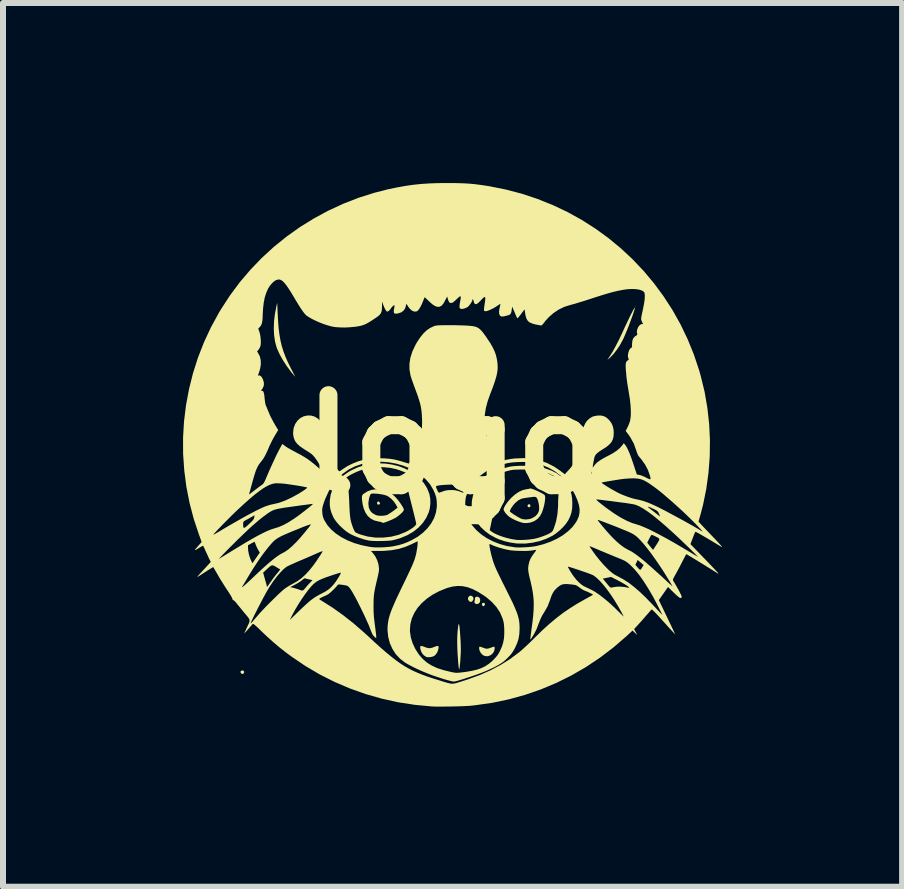
<source format=kicad_pcb>
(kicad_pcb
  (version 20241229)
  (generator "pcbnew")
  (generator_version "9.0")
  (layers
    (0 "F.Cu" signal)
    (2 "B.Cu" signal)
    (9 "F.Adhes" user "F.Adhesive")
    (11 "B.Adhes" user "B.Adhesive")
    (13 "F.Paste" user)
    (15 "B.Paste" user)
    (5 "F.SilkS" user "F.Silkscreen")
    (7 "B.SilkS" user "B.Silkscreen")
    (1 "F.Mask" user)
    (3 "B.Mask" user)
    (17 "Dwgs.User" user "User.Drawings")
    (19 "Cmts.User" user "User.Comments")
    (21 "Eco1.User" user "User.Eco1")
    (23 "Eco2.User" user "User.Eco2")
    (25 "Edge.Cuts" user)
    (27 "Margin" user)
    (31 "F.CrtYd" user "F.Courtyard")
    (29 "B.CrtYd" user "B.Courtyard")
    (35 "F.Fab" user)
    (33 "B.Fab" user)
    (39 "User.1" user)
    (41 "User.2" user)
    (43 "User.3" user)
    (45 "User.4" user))
  (footprint "logo"
    (layer "F.Cu")
    (at 4.494 4.356)
    (property "Reference" "logo" (at 0 0 0) (layer "F.SilkS") (effects (font (size 1.5 1.5) (thickness 0.3))))
    (attr board_only exclude_from_pos_files exclude_from_bom)
    (fp_poly (pts (xy 3.045 -2.297) (xy 3.041 -2.293) (xy 3.036 -2.297) (xy 3.041 -2.302)) (stroke (width 0) (type solid)) (fill yes) (layer "F.SilkS"))
    (fp_poly (pts (xy 1.29 1.003) (xy 1.294 1.021) (xy 1.289 1.039) (xy 1.274 1.046) (xy 1.255 1.043) (xy 1.248 1.035) (xy 1.246 1.013) (xy 1.257 0.998) (xy 1.274 0.996)) (stroke (width 0) (type solid)) (fill yes) (layer "F.SilkS"))
    (fp_poly (pts (xy -1.224 0.957) (xy -1.214 0.974) (xy -1.214 0.989) (xy -1.227 1) (xy -1.244 1.002) (xy -1.258 0.993) (xy -1.26 0.99) (xy -1.261 0.969) (xy -1.253 0.954) (xy -1.242 0.949)) (stroke (width 0) (type solid)) (fill yes) (layer "F.SilkS"))
    (fp_poly (pts (xy -3.486 3.769) (xy -3.478 3.781) (xy -3.476 3.787) (xy -3.48 3.809) (xy -3.494 3.822) (xy -3.513 3.822) (xy -3.528 3.811) (xy -3.538 3.791) (xy -3.531 3.774) (xy -3.511 3.766) (xy -3.506 3.766)) (stroke (width 0) (type solid)) (fill yes) (layer "F.SilkS"))
    (fp_poly (pts (xy 0.53 2.644) (xy 0.536 2.654) (xy 0.533 2.672) (xy 0.523 2.689) (xy 0.511 2.696) (xy 0.5 2.69) (xy 0.493 2.683) (xy 0.484 2.663) (xy 0.49 2.646) (xy 0.508 2.638) (xy 0.511 2.638)) (stroke (width 0) (type solid)) (fill yes) (layer "F.SilkS"))
    (fp_poly (pts (xy 0.307 2.52) (xy 0.332 2.534) (xy 0.345 2.556) (xy 0.343 2.583) (xy 0.327 2.61) (xy 0.326 2.611) (xy 0.305 2.623) (xy 0.283 2.618) (xy 0.269 2.606) (xy 0.253 2.581) (xy 0.255 2.554) (xy 0.267 2.534) (xy 0.285 2.52) (xy 0.305 2.52)) (stroke (width 0) (type solid)) (fill yes) (layer "F.SilkS"))
    (fp_poly (pts (xy 0.419 2.538) (xy 0.44 2.549) (xy 0.44 2.549) (xy 0.454 2.572) (xy 0.457 2.601) (xy 0.451 2.628) (xy 0.437 2.646) (xy 0.409 2.659) (xy 0.383 2.655) (xy 0.372 2.648) (xy 0.362 2.636) (xy 0.361 2.619) (xy 0.364 2.606) (xy 0.369 2.579) (xy 0.371 2.558) (xy 0.371 2.557) (xy 0.379 2.543) (xy 0.397 2.536)) (stroke (width 0) (type solid)) (fill yes) (layer "F.SilkS"))
    (fp_poly (pts (xy 0.695 3.373) (xy 0.698 3.386) (xy 0.699 3.397) (xy 0.69 3.44) (xy 0.668 3.478) (xy 0.635 3.508) (xy 0.595 3.525) (xy 0.569 3.529) (xy 0.524 3.521) (xy 0.502 3.509) (xy 0.47 3.478) (xy 0.448 3.44) (xy 0.439 3.399) (xy 0.439 3.397) (xy 0.44 3.379) (xy 0.445 3.37) (xy 0.458 3.37) (xy 0.483 3.378) (xy 0.502 3.385) (xy 0.532 3.396) (xy 0.558 3.402) (xy 0.569 3.403) (xy 0.589 3.4) (xy 0.618 3.392) (xy 0.636 3.385) (xy 0.668 3.374) (xy 0.686 3.369)) (stroke (width 0) (type solid)) (fill yes) (layer "F.SilkS"))
    (fp_poly (pts (xy -0.495 3.364) (xy -0.476 3.371) (xy -0.442 3.384) (xy -0.41 3.392) (xy -0.39 3.394) (xy -0.364 3.391) (xy -0.331 3.382) (xy -0.303 3.371) (xy -0.269 3.359) (xy -0.247 3.356) (xy -0.237 3.366) (xy -0.236 3.387) (xy -0.239 3.403) (xy -0.253 3.452) (xy -0.278 3.493) (xy -0.306 3.521) (xy -0.333 3.533) (xy -0.368 3.542) (xy -0.405 3.545) (xy -0.434 3.542) (xy -0.439 3.541) (xy -0.481 3.514) (xy -0.515 3.474) (xy -0.536 3.423) (xy -0.54 3.403) (xy -0.543 3.375) (xy -0.538 3.36) (xy -0.523 3.356)) (stroke (width 0) (type solid)) (fill yes) (layer "F.SilkS"))
    (fp_poly (pts (xy 0.107 3.004) (xy 0.111 3.028) (xy 0.117 3.084) (xy 0.122 3.151) (xy 0.127 3.223) (xy 0.131 3.294) (xy 0.133 3.358) (xy 0.134 3.41) (xy 0.134 3.453) (xy 0.131 3.503) (xy 0.128 3.557) (xy 0.125 3.61) (xy 0.12 3.66) (xy 0.116 3.702) (xy 0.111 3.733) (xy 0.108 3.747) (xy 0.105 3.745) (xy 0.101 3.728) (xy 0.097 3.698) (xy 0.093 3.658) (xy 0.091 3.64) (xy 0.082 3.514) (xy 0.076 3.396) (xy 0.074 3.289) (xy 0.075 3.195) (xy 0.08 3.118) (xy 0.086 3.06) (xy 0.091 3.02) (xy 0.097 2.997) (xy 0.102 2.991)) (stroke (width 0) (type solid)) (fill yes) (layer "F.SilkS"))
    (fp_poly (pts (xy -2.918 -2.194) (xy -2.911 -2.06) (xy -2.902 -1.94) (xy -2.888 -1.832) (xy -2.871 -1.733) (xy -2.849 -1.64) (xy -2.821 -1.55) (xy -2.787 -1.46) (xy -2.746 -1.368) (xy -2.7 -1.274) (xy -2.676 -1.228) (xy -2.656 -1.188) (xy -2.64 -1.156) (xy -2.63 -1.136) (xy -2.627 -1.128) (xy -2.633 -1.135) (xy -2.648 -1.153) (xy -2.669 -1.179) (xy -2.688 -1.202) (xy -2.763 -1.302) (xy -2.829 -1.403) (xy -2.884 -1.501) (xy -2.926 -1.594) (xy -2.938 -1.627) (xy -2.962 -1.718) (xy -2.977 -1.821) (xy -2.982 -1.933) (xy -2.978 -2.051) (xy -2.964 -2.171) (xy -2.941 -2.291) (xy -2.941 -2.294) (xy -2.925 -2.36)) (stroke (width 0) (type solid)) (fill yes) (layer "F.SilkS"))
    (fp_poly (pts (xy 3.033 -2.27) (xy 3.027 -2.245) (xy 3.015 -2.208) (xy 3 -2.162) (xy 2.981 -2.108) (xy 2.959 -2.05) (xy 2.937 -1.99) (xy 2.913 -1.929) (xy 2.889 -1.871) (xy 2.867 -1.818) (xy 2.847 -1.772) (xy 2.832 -1.742) (xy 2.787 -1.659) (xy 2.735 -1.581) (xy 2.681 -1.511) (xy 2.626 -1.453) (xy 2.607 -1.436) (xy 2.576 -1.411) (xy 2.612 -1.464) (xy 2.662 -1.543) (xy 2.714 -1.638) (xy 2.771 -1.749) (xy 2.829 -1.872) (xy 2.863 -1.947) (xy 2.897 -2.018) (xy 2.928 -2.084) (xy 2.957 -2.144) (xy 2.983 -2.195) (xy 3.004 -2.235) (xy 3.02 -2.264) (xy 3.03 -2.279) (xy 3.033 -2.281)) (stroke (width 0) (type solid)) (fill yes) (layer "F.SilkS"))
    (fp_poly (pts (xy -1.202 0.747) (xy -1.13 0.762) (xy -1.063 0.792) (xy -0.998 0.837) (xy -0.966 0.866) (xy -0.938 0.896) (xy -0.907 0.933) (xy -0.878 0.972) (xy -0.852 1.011) (xy -0.831 1.045) (xy -0.818 1.073) (xy -0.815 1.086) (xy -0.823 1.109) (xy -0.848 1.138) (xy -0.853 1.143) (xy -0.894 1.179) (xy -0.931 1.207) (xy -0.971 1.231) (xy -1.017 1.253) (xy -1.053 1.268) (xy -1.102 1.288) (xy -1.136 1.3) (xy -1.158 1.306) (xy -1.17 1.306) (xy -1.173 1.301) (xy -1.173 1.301) (xy -1.181 1.296) (xy -1.203 1.29) (xy -1.233 1.284) (xy -1.235 1.284) (xy -1.307 1.266) (xy -1.367 1.235) (xy -1.416 1.192) (xy -1.455 1.135) (xy -1.485 1.063) (xy -1.5 1.005) (xy -1.502 0.992) (xy -1.406 0.992) (xy -1.399 1.052) (xy -1.377 1.102) (xy -1.341 1.142) (xy -1.289 1.172) (xy -1.275 1.178) (xy -1.24 1.186) (xy -1.197 1.188) (xy -1.151 1.186) (xy -1.11 1.179) (xy -1.086 1.17) (xy -1.061 1.155) (xy -1.026 1.132) (xy -0.989 1.106) (xy -0.954 1.079) (xy -0.942 1.07) (xy -0.92 1.051) (xy -0.945 1.005) (xy -0.979 0.954) (xy -1.021 0.908) (xy -1.068 0.871) (xy -1.097 0.854) (xy -1.127 0.844) (xy -1.166 0.834) (xy -1.21 0.827) (xy -1.256 0.821) (xy -1.298 0.818) (xy -1.333 0.817) (xy -1.357 0.821) (xy -1.365 0.824) (xy -1.378 0.846) (xy -1.39 0.88) (xy -1.399 0.922) (xy -1.405 0.966) (xy -1.406 0.992) (xy -1.502 0.992) (xy -1.507 0.964) (xy -1.512 0.922) (xy -1.514 0.891) (xy -1.513 0.862) (xy -1.507 0.844) (xy -1.495 0.83) (xy -1.485 0.821) (xy -1.423 0.782) (xy -1.361 0.758) (xy -1.29 0.747) (xy -1.282 0.746)) (stroke (width 0) (type solid)) (fill yes) (layer "F.SilkS"))
    (fp_poly (pts (xy 1.299 0.733) (xy 1.324 0.74) (xy 1.357 0.752) (xy 1.394 0.768) (xy 1.434 0.786) (xy 1.471 0.805) (xy 1.502 0.822) (xy 1.525 0.837) (xy 1.533 0.845) (xy 1.539 0.87) (xy 1.539 0.908) (xy 1.533 0.955) (xy 1.523 1.009) (xy 1.508 1.067) (xy 1.489 1.123) (xy 1.487 1.129) (xy 1.455 1.191) (xy 1.411 1.241) (xy 1.356 1.278) (xy 1.292 1.301) (xy 1.222 1.31) (xy 1.177 1.307) (xy 1.14 1.298) (xy 1.093 1.282) (xy 1.042 1.261) (xy 0.993 1.237) (xy 0.952 1.212) (xy 0.94 1.204) (xy 0.905 1.173) (xy 0.874 1.137) (xy 0.86 1.114) (xy 0.951 1.114) (xy 0.952 1.117) (xy 0.965 1.129) (xy 0.989 1.147) (xy 1.021 1.169) (xy 1.057 1.191) (xy 1.093 1.212) (xy 1.125 1.229) (xy 1.149 1.24) (xy 1.153 1.242) (xy 1.215 1.25) (xy 1.281 1.242) (xy 1.325 1.226) (xy 1.374 1.197) (xy 1.412 1.157) (xy 1.433 1.115) (xy 1.439 1.082) (xy 1.439 1.041) (xy 1.434 0.997) (xy 1.425 0.954) (xy 1.413 0.916) (xy 1.399 0.889) (xy 1.387 0.877) (xy 1.367 0.872) (xy 1.334 0.873) (xy 1.309 0.877) (xy 1.269 0.882) (xy 1.227 0.888) (xy 1.201 0.891) (xy 1.146 0.903) (xy 1.096 0.928) (xy 1.048 0.967) (xy 1.035 0.98) (xy 1.01 1.008) (xy 0.987 1.04) (xy 0.968 1.07) (xy 0.956 1.096) (xy 0.951 1.114) (xy 0.86 1.114) (xy 0.853 1.102) (xy 0.847 1.088) (xy 0.849 1.067) (xy 0.862 1.037) (xy 0.884 1) (xy 0.914 0.958) (xy 0.949 0.916) (xy 0.976 0.887) (xy 1.037 0.833) (xy 1.1 0.79) (xy 1.163 0.761) (xy 1.223 0.746) (xy 1.229 0.745) (xy 1.258 0.741) (xy 1.28 0.736) (xy 1.287 0.733)) (stroke (width 0) (type solid)) (fill yes) (layer "F.SilkS"))
    (fp_poly (pts (xy -1.124 0.318) (xy -1.013 0.334) (xy -0.906 0.36) (xy -0.804 0.398) (xy -0.709 0.446) (xy -0.622 0.503) (xy -0.545 0.57) (xy -0.48 0.645) (xy -0.428 0.729) (xy -0.391 0.821) (xy -0.389 0.828) (xy -0.375 0.903) (xy -0.373 0.984) (xy -0.383 1.066) (xy -0.4 1.129) (xy -0.442 1.222) (xy -0.499 1.307) (xy -0.57 1.384) (xy -0.656 1.452) (xy -0.754 1.51) (xy -0.864 1.556) (xy -0.945 1.581) (xy -0.983 1.591) (xy -1.017 1.598) (xy -1.052 1.602) (xy -1.093 1.605) (xy -1.144 1.607) (xy -1.187 1.608) (xy -1.264 1.609) (xy -1.327 1.607) (xy -1.377 1.603) (xy -1.407 1.599) (xy -1.479 1.581) (xy -1.557 1.556) (xy -1.635 1.526) (xy -1.704 1.493) (xy -1.718 1.485) (xy -1.774 1.449) (xy -1.83 1.402) (xy -1.885 1.35) (xy -1.934 1.295) (xy -1.973 1.242) (xy -1.991 1.209) (xy -2.021 1.14) (xy -2.04 1.076) (xy -2.049 1.011) (xy -2.049 0.938) (xy -2.049 0.936) (xy -2.035 0.839) (xy -2.005 0.748) (xy -1.959 0.663) (xy -1.896 0.584) (xy -1.88 0.569) (xy -1.794 0.569) (xy -1.771 0.636) (xy -1.758 0.676) (xy -1.748 0.716) (xy -1.74 0.757) (xy -1.734 0.805) (xy -1.73 0.862) (xy -1.726 0.931) (xy -1.724 0.994) (xy -1.721 1.054) (xy -1.718 1.113) (xy -1.714 1.168) (xy -1.709 1.212) (xy -1.705 1.24) (xy -1.695 1.286) (xy -1.681 1.333) (xy -1.665 1.379) (xy -1.649 1.419) (xy -1.634 1.448) (xy -1.623 1.462) (xy -1.607 1.472) (xy -1.58 1.484) (xy -1.547 1.497) (xy -1.545 1.498) (xy -1.42 1.533) (xy -1.291 1.551) (xy -1.157 1.551) (xy -1.025 1.536) (xy -0.902 1.505) (xy -0.786 1.458) (xy -0.753 1.441) (xy -0.7 1.41) (xy -0.657 1.381) (xy -0.627 1.354) (xy -0.611 1.332) (xy -0.609 1.323) (xy -0.611 1.31) (xy -0.617 1.282) (xy -0.627 1.241) (xy -0.639 1.189) (xy -0.654 1.129) (xy -0.671 1.062) (xy -0.682 1.017) (xy -0.702 0.938) (xy -0.718 0.874) (xy -0.731 0.823) (xy -0.74 0.78) (xy -0.747 0.746) (xy -0.752 0.715) (xy -0.755 0.687) (xy -0.757 0.658) (xy -0.758 0.626) (xy -0.759 0.603) (xy -0.763 0.476) (xy -0.832 0.45) (xy -0.872 0.434) (xy -0.914 0.42) (xy -0.948 0.409) (xy -0.949 0.409) (xy -1.044 0.389) (xy -1.148 0.379) (xy -1.256 0.378) (xy -1.362 0.387) (xy -1.46 0.406) (xy -1.464 0.407) (xy -1.516 0.423) (xy -1.573 0.444) (xy -1.63 0.469) (xy -1.684 0.495) (xy -1.73 0.52) (xy -1.763 0.543) (xy -1.763 0.544) (xy -1.794 0.569) (xy -1.88 0.569) (xy -1.817 0.513) (xy -1.723 0.449) (xy -1.681 0.426) (xy -1.575 0.378) (xy -1.464 0.344) (xy -1.351 0.323) (xy -1.238 0.314)) (stroke (width 0) (type solid)) (fill yes) (layer "F.SilkS"))
    (fp_poly (pts (xy 1.274 0.357) (xy 1.343 0.362) (xy 1.404 0.369) (xy 1.419 0.371) (xy 1.538 0.398) (xy 1.641 0.434) (xy 1.731 0.48) (xy 1.806 0.536) (xy 1.869 0.602) (xy 1.919 0.679) (xy 1.934 0.708) (xy 1.961 0.774) (xy 1.979 0.838) (xy 1.989 0.907) (xy 1.992 0.985) (xy 1.989 1.064) (xy 1.978 1.132) (xy 1.957 1.196) (xy 1.926 1.26) (xy 1.919 1.272) (xy 1.884 1.323) (xy 1.837 1.377) (xy 1.783 1.43) (xy 1.726 1.477) (xy 1.671 1.515) (xy 1.67 1.516) (xy 1.565 1.568) (xy 1.451 1.609) (xy 1.33 1.636) (xy 1.206 1.651) (xy 1.083 1.65) (xy 1.048 1.647) (xy 0.956 1.633) (xy 0.861 1.611) (xy 0.772 1.581) (xy 0.721 1.559) (xy 0.621 1.505) (xy 0.535 1.441) (xy 0.52 1.427) (xy 0.616 1.427) (xy 0.637 1.445) (xy 0.683 1.475) (xy 0.743 1.504) (xy 0.813 1.531) (xy 0.891 1.555) (xy 0.972 1.575) (xy 1.053 1.588) (xy 1.057 1.589) (xy 1.093 1.591) (xy 1.142 1.591) (xy 1.197 1.589) (xy 1.254 1.585) (xy 1.307 1.579) (xy 1.35 1.573) (xy 1.356 1.572) (xy 1.421 1.556) (xy 1.488 1.534) (xy 1.552 1.51) (xy 1.606 1.485) (xy 1.617 1.478) (xy 1.642 1.463) (xy 1.659 1.447) (xy 1.672 1.426) (xy 1.685 1.393) (xy 1.686 1.391) (xy 1.722 1.278) (xy 1.744 1.157) (xy 1.755 1.025) (xy 1.755 0.979) (xy 1.757 0.914) (xy 1.761 0.845) (xy 1.768 0.778) (xy 1.777 0.717) (xy 1.786 0.668) (xy 1.789 0.66) (xy 1.803 0.607) (xy 1.774 0.584) (xy 1.691 0.527) (xy 1.594 0.481) (xy 1.487 0.447) (xy 1.402 0.429) (xy 1.364 0.424) (xy 1.313 0.421) (xy 1.252 0.418) (xy 1.185 0.417) (xy 1.164 0.417) (xy 1.103 0.418) (xy 1.056 0.419) (xy 1.019 0.421) (xy 0.988 0.424) (xy 0.959 0.43) (xy 0.928 0.437) (xy 0.914 0.441) (xy 0.863 0.455) (xy 0.827 0.465) (xy 0.803 0.474) (xy 0.79 0.484) (xy 0.784 0.496) (xy 0.783 0.513) (xy 0.785 0.536) (xy 0.785 0.544) (xy 0.787 0.602) (xy 0.783 0.669) (xy 0.773 0.745) (xy 0.756 0.832) (xy 0.733 0.932) (xy 0.717 0.994) (xy 0.7 1.06) (xy 0.682 1.129) (xy 0.666 1.195) (xy 0.652 1.254) (xy 0.642 1.302) (xy 0.64 1.312) (xy 0.616 1.427) (xy 0.52 1.427) (xy 0.461 1.37) (xy 0.402 1.293) (xy 0.358 1.21) (xy 0.329 1.123) (xy 0.315 1.033) (xy 0.318 0.941) (xy 0.337 0.849) (xy 0.366 0.775) (xy 0.417 0.688) (xy 0.483 0.609) (xy 0.563 0.539) (xy 0.657 0.478) (xy 0.763 0.427) (xy 0.882 0.387) (xy 0.948 0.37) (xy 0.996 0.363) (xy 1.056 0.358) (xy 1.126 0.355) (xy 1.2 0.355)) (stroke (width 0) (type solid)) (fill yes) (layer "F.SilkS"))
    (fp_poly (pts (xy 0.009 -4.356) (xy 0.106 -4.354) (xy 0.194 -4.351) (xy 0.275 -4.346) (xy 0.354 -4.339) (xy 0.434 -4.329) (xy 0.519 -4.317) (xy 0.609 -4.303) (xy 0.884 -4.248) (xy 1.152 -4.178) (xy 1.413 -4.091) (xy 1.667 -3.989) (xy 1.912 -3.873) (xy 2.149 -3.742) (xy 2.376 -3.597) (xy 2.594 -3.439) (xy 2.801 -3.268) (xy 2.997 -3.085) (xy 3.182 -2.89) (xy 3.354 -2.684) (xy 3.514 -2.467) (xy 3.661 -2.24) (xy 3.794 -2.003) (xy 3.912 -1.757) (xy 4.016 -1.502) (xy 4.104 -1.239) (xy 4.132 -1.141) (xy 4.196 -0.877) (xy 4.242 -0.61) (xy 4.272 -0.339) (xy 4.285 -0.067) (xy 4.281 0.206) (xy 4.26 0.477) (xy 4.223 0.745) (xy 4.169 1.01) (xy 4.125 1.177) (xy 4.094 1.285) (xy 4.131 1.325) (xy 4.148 1.343) (xy 4.175 1.372) (xy 4.21 1.409) (xy 4.25 1.451) (xy 4.294 1.497) (xy 4.321 1.525) (xy 4.378 1.585) (xy 4.424 1.634) (xy 4.457 1.67) (xy 4.478 1.695) (xy 4.487 1.708) (xy 4.485 1.71) (xy 4.482 1.708) (xy 4.471 1.702) (xy 4.449 1.689) (xy 4.417 1.67) (xy 4.379 1.647) (xy 4.366 1.639) (xy 4.28 1.587) (xy 4.207 1.544) (xy 4.146 1.509) (xy 4.099 1.482) (xy 4.065 1.464) (xy 4.046 1.456) (xy 4.041 1.455) (xy 4.036 1.465) (xy 4.026 1.488) (xy 4.013 1.521) (xy 3.998 1.56) (xy 3.96 1.66) (xy 4.169 1.876) (xy 4.237 1.946) (xy 4.294 2.006) (xy 4.339 2.053) (xy 4.375 2.091) (xy 4.4 2.119) (xy 4.417 2.138) (xy 4.425 2.149) (xy 4.425 2.153) (xy 4.419 2.151) (xy 4.415 2.148) (xy 4.364 2.116) (xy 4.307 2.08) (xy 4.247 2.043) (xy 4.186 2.005) (xy 4.126 1.968) (xy 4.069 1.933) (xy 4.016 1.901) (xy 3.97 1.873) (xy 3.933 1.851) (xy 3.907 1.835) (xy 3.893 1.828) (xy 3.892 1.827) (xy 3.886 1.835) (xy 3.874 1.856) (xy 3.858 1.887) (xy 3.837 1.926) (xy 3.825 1.951) (xy 3.798 2.003) (xy 3.769 2.059) (xy 3.74 2.112) (xy 3.716 2.157) (xy 3.712 2.163) (xy 3.689 2.205) (xy 3.674 2.235) (xy 3.668 2.254) (xy 3.669 2.265) (xy 3.67 2.265) (xy 3.701 2.317) (xy 3.731 2.369) (xy 3.759 2.418) (xy 3.782 2.462) (xy 3.8 2.498) (xy 3.811 2.524) (xy 3.814 2.537) (xy 3.809 2.553) (xy 3.799 2.559) (xy 3.783 2.555) (xy 3.759 2.538) (xy 3.726 2.51) (xy 3.683 2.469) (xy 3.682 2.468) (xy 3.586 2.374) (xy 3.51 2.483) (xy 3.433 2.593) (xy 3.507 2.745) (xy 3.536 2.806) (xy 3.569 2.874) (xy 3.601 2.942) (xy 3.631 3.004) (xy 3.644 3.032) (xy 3.708 3.166) (xy 3.665 3.12) (xy 3.647 3.101) (xy 3.619 3.07) (xy 3.584 3.032) (xy 3.544 2.987) (xy 3.5 2.939) (xy 3.471 2.907) (xy 3.423 2.854) (xy 3.385 2.813) (xy 3.356 2.784) (xy 3.335 2.764) (xy 3.321 2.753) (xy 3.313 2.75) (xy 3.309 2.751) (xy 3.3 2.762) (xy 3.281 2.784) (xy 3.256 2.813) (xy 3.226 2.847) (xy 3.217 2.857) (xy 3.181 2.899) (xy 3.143 2.942) (xy 3.107 2.982) (xy 3.078 3.014) (xy 3.021 3.076) (xy 3.048 3.126) (xy 3.075 3.175) (xy 3.035 3.138) (xy 2.996 3.1) (xy 2.893 3.195) (xy 2.676 3.382) (xy 2.45 3.554) (xy 2.216 3.71) (xy 1.975 3.849) (xy 1.725 3.973) (xy 1.469 4.08) (xy 1.206 4.171) (xy 0.935 4.246) (xy 0.659 4.304) (xy 0.376 4.344) (xy 0.296 4.353) (xy 0.258 4.356) (xy 0.206 4.358) (xy 0.143 4.361) (xy 0.073 4.363) (xy -0.002 4.365) (xy -0.077 4.366) (xy -0.151 4.367) (xy -0.218 4.367) (xy -0.277 4.367) (xy -0.323 4.366) (xy -0.345 4.365) (xy -0.63 4.338) (xy -0.911 4.295) (xy -1.186 4.234) (xy -1.455 4.157) (xy -1.717 4.064) (xy -1.973 3.954) (xy -2.221 3.829) (xy -2.461 3.687) (xy -2.692 3.53) (xy -2.776 3.468) (xy -2.887 3.381) (xy -2.993 3.291) (xy -3.1 3.195) (xy -3.2 3.1) (xy -3.243 3.057) (xy -3.276 3.027) (xy -3.3 3.006) (xy -3.316 2.994) (xy -3.327 2.989) (xy -3.333 2.99) (xy -3.335 2.992) (xy -3.346 3.004) (xy -3.365 3.026) (xy -3.39 3.054) (xy -3.411 3.079) (xy -3.437 3.108) (xy -3.458 3.131) (xy -3.471 3.146) (xy -3.475 3.149) (xy -3.471 3.141) (xy -3.462 3.119) (xy -3.447 3.087) (xy -3.432 3.053) (xy -3.41 3.007) (xy -3.396 2.977) (xy -3.368 2.977) (xy -3.367 2.981) (xy -3.365 2.981) (xy -3.36 2.977) (xy -3.351 2.967) (xy -3.334 2.949) (xy -3.313 2.924) (xy -2.716 2.924) (xy -2.578 2.79) (xy -2.532 2.745) (xy -2.484 2.7) (xy -2.438 2.658) (xy -2.398 2.622) (xy -2.366 2.596) (xy -2.364 2.594) (xy -2.338 2.575) (xy -2.224 2.575) (xy -2.217 2.583) (xy -2.199 2.595) (xy -2.168 2.614) (xy -2.166 2.615) (xy -1.999 2.721) (xy -1.828 2.843) (xy -1.655 2.979) (xy -1.482 3.129) (xy -1.421 3.184) (xy -1.311 3.287) (xy -1.211 3.377) (xy -1.12 3.456) (xy -1.036 3.526) (xy -0.958 3.587) (xy -0.884 3.641) (xy -0.813 3.688) (xy -0.741 3.729) (xy -0.669 3.767) (xy -0.593 3.801) (xy -0.514 3.833) (xy -0.428 3.865) (xy -0.334 3.896) (xy -0.309 3.904) (xy -0.231 3.928) (xy -0.169 3.948) (xy -0.119 3.963) (xy -0.08 3.974) (xy -0.05 3.981) (xy -0.026 3.985) (xy -0.007 3.986) (xy 0.01 3.985) (xy 0.027 3.982) (xy 0.039 3.98) (xy 0.065 3.973) (xy 0.105 3.961) (xy 0.153 3.946) (xy 0.206 3.929) (xy 0.251 3.914) (xy 0.447 3.843) (xy 0.628 3.763) (xy 0.796 3.674) (xy 0.954 3.575) (xy 1.103 3.464) (xy 1.105 3.463) (xy 1.137 3.436) (xy 1.178 3.399) (xy 1.226 3.355) (xy 1.278 3.306) (xy 1.33 3.255) (xy 1.37 3.215) (xy 1.492 3.096) (xy 1.608 2.991) (xy 1.721 2.896) (xy 1.834 2.809) (xy 1.951 2.729) (xy 2.074 2.652) (xy 2.206 2.577) (xy 2.244 2.556) (xy 2.28 2.536) (xy 2.31 2.52) (xy 2.33 2.508) (xy 2.338 2.503) (xy 2.33 2.497) (xy 2.311 2.486) (xy 2.283 2.472) (xy 2.253 2.458) (xy 2.224 2.445) (xy 2.201 2.437) (xy 2.2 2.436) (xy 2.176 2.425) (xy 2.145 2.407) (xy 2.113 2.384) (xy 2.11 2.382) (xy 2.084 2.363) (xy 2.064 2.35) (xy 2.044 2.342) (xy 2.018 2.337) (xy 1.983 2.332) (xy 1.961 2.33) (xy 1.903 2.325) (xy 1.858 2.326) (xy 1.821 2.333) (xy 1.788 2.349) (xy 1.753 2.375) (xy 1.726 2.399) (xy 1.693 2.434) (xy 1.667 2.474) (xy 1.644 2.522) (xy 1.623 2.583) (xy 1.622 2.588) (xy 1.58 2.696) (xy 1.521 2.8) (xy 1.513 2.812) (xy 1.498 2.835) (xy 1.484 2.861) (xy 1.469 2.892) (xy 1.452 2.931) (xy 1.432 2.981) (xy 1.408 3.045) (xy 1.402 3.061) (xy 1.39 3.089) (xy 1.373 3.122) (xy 1.355 3.157) (xy 1.335 3.19) (xy 1.317 3.219) (xy 1.303 3.239) (xy 1.294 3.248) (xy 1.292 3.247) (xy 1.292 3.238) (xy 1.295 3.214) (xy 1.299 3.177) (xy 1.305 3.132) (xy 1.311 3.084) (xy 1.327 2.966) (xy 1.339 2.862) (xy 1.346 2.769) (xy 1.349 2.686) (xy 1.348 2.607) (xy 1.342 2.532) (xy 1.332 2.456) (xy 1.317 2.376) (xy 1.298 2.291) (xy 1.29 2.257) (xy 1.274 2.193) (xy 1.264 2.142) (xy 1.258 2.101) (xy 1.256 2.066) (xy 1.258 2.037) (xy 1.919 2.037) (xy 1.921 2.046) (xy 1.932 2.067) (xy 1.948 2.096) (xy 1.97 2.131) (xy 1.993 2.167) (xy 2.018 2.202) (xy 2.019 2.203) (xy 2.056 2.25) (xy 2.098 2.294) (xy 2.14 2.331) (xy 2.178 2.357) (xy 2.187 2.362) (xy 2.213 2.375) (xy 2.249 2.392) (xy 2.288 2.411) (xy 2.302 2.417) (xy 2.366 2.452) (xy 2.438 2.501) (xy 2.518 2.562) (xy 2.603 2.633) (xy 2.691 2.714) (xy 2.767 2.789) (xy 2.797 2.819) (xy 2.822 2.843) (xy 2.839 2.86) (xy 2.846 2.866) (xy 2.846 2.866) (xy 2.844 2.859) (xy 2.834 2.839) (xy 2.819 2.81) (xy 2.807 2.788) (xy 2.749 2.685) (xy 2.688 2.586) (xy 2.627 2.494) (xy 2.566 2.41) (xy 2.507 2.336) (xy 2.45 2.272) (xy 2.411 2.235) (xy 2.5 2.235) (xy 2.563 2.312) (xy 2.591 2.346) (xy 2.61 2.367) (xy 2.624 2.38) (xy 2.635 2.384) (xy 2.647 2.384) (xy 2.654 2.382) (xy 2.679 2.377) (xy 2.713 2.372) (xy 2.736 2.369) (xy 2.773 2.368) (xy 2.817 2.37) (xy 2.862 2.375) (xy 2.902 2.382) (xy 2.924 2.388) (xy 2.936 2.388) (xy 2.938 2.385) (xy 2.93 2.374) (xy 2.909 2.357) (xy 2.876 2.335) (xy 2.834 2.31) (xy 2.786 2.283) (xy 2.736 2.257) (xy 2.637 2.207) (xy 2.568 2.221) (xy 2.5 2.235) (xy 2.411 2.235) (xy 2.398 2.222) (xy 2.351 2.186) (xy 2.343 2.181) (xy 2.325 2.172) (xy 2.295 2.16) (xy 2.255 2.145) (xy 2.208 2.128) (xy 2.157 2.111) (xy 2.105 2.093) (xy 2.054 2.076) (xy 2.008 2.061) (xy 1.968 2.048) (xy 1.939 2.04) (xy 1.922 2.036) (xy 1.919 2.037) (xy 1.258 2.037) (xy 1.259 2.033) (xy 1.262 2.008) (xy 1.275 1.953) (xy 1.294 1.905) (xy 1.322 1.857) (xy 1.351 1.816) (xy 1.371 1.789) (xy 1.385 1.768) (xy 1.39 1.757) (xy 1.39 1.755) (xy 1.378 1.757) (xy 1.355 1.76) (xy 1.33 1.765) (xy 1.285 1.77) (xy 1.227 1.773) (xy 1.161 1.773) (xy 1.093 1.772) (xy 1.028 1.769) (xy 0.97 1.764) (xy 0.945 1.76) (xy 0.891 1.75) (xy 0.832 1.735) (xy 0.771 1.718) (xy 0.715 1.699) (xy 0.669 1.682) (xy 0.651 1.673) (xy 0.629 1.663) (xy 0.614 1.659) (xy 0.612 1.66) (xy 0.611 1.672) (xy 0.613 1.698) (xy 0.619 1.734) (xy 0.628 1.778) (xy 0.639 1.826) (xy 0.652 1.876) (xy 0.665 1.923) (xy 0.674 1.952) (xy 0.688 1.99) (xy 0.705 2.035) (xy 0.727 2.086) (xy 0.755 2.146) (xy 0.79 2.217) (xy 0.831 2.301) (xy 0.865 2.368) (xy 0.917 2.473) (xy 0.962 2.563) (xy 1 2.641) (xy 1.03 2.709) (xy 1.055 2.768) (xy 1.075 2.82) (xy 1.089 2.867) (xy 1.1 2.91) (xy 1.107 2.952) (xy 1.111 2.994) (xy 1.113 3.037) (xy 1.113 3.072) (xy 1.109 3.156) (xy 1.097 3.232) (xy 1.075 3.304) (xy 1.041 3.381) (xy 1.033 3.397) (xy 1.008 3.441) (xy 0.983 3.479) (xy 0.952 3.516) (xy 0.914 3.556) (xy 0.873 3.594) (xy 0.831 3.628) (xy 0.784 3.659) (xy 0.729 3.691) (xy 0.663 3.724) (xy 0.584 3.76) (xy 0.56 3.771) (xy 0.514 3.79) (xy 0.46 3.811) (xy 0.399 3.833) (xy 0.335 3.855) (xy 0.27 3.877) (xy 0.207 3.898) (xy 0.149 3.916) (xy 0.097 3.932) (xy 0.056 3.943) (xy 0.027 3.949) (xy 0.018 3.95) (xy -0.006 3.947) (xy -0.043 3.938) (xy -0.092 3.925) (xy -0.149 3.909) (xy -0.211 3.889) (xy -0.277 3.867) (xy -0.342 3.845) (xy -0.39 3.827) (xy -0.459 3.799) (xy -0.533 3.768) (xy -0.607 3.734) (xy -0.676 3.7) (xy -0.738 3.667) (xy -0.787 3.639) (xy -0.795 3.634) (xy -0.878 3.57) (xy -0.949 3.494) (xy -1.005 3.407) (xy -1.048 3.312) (xy -1.075 3.209) (xy -1.087 3.099) (xy -1.087 3.091) (xy -0.714 3.091) (xy -0.713 3.117) (xy -0.699 3.215) (xy -0.668 3.314) (xy -0.623 3.409) (xy -0.565 3.499) (xy -0.502 3.571) (xy -0.433 3.632) (xy -0.353 3.682) (xy -0.262 3.725) (xy -0.155 3.759) (xy -0.116 3.769) (xy -0.058 3.783) (xy -0.013 3.794) (xy 0.022 3.8) (xy 0.054 3.804) (xy 0.084 3.804) (xy 0.118 3.801) (xy 0.16 3.796) (xy 0.214 3.789) (xy 0.221 3.788) (xy 0.32 3.771) (xy 0.405 3.751) (xy 0.477 3.726) (xy 0.542 3.694) (xy 0.601 3.655) (xy 0.658 3.607) (xy 0.677 3.588) (xy 0.716 3.547) (xy 0.746 3.51) (xy 0.77 3.472) (xy 0.787 3.439) (xy 0.819 3.367) (xy 0.84 3.3) (xy 0.853 3.231) (xy 0.858 3.156) (xy 0.858 3.091) (xy 0.856 3.037) (xy 0.852 2.995) (xy 0.847 2.961) (xy 0.839 2.929) (xy 0.828 2.894) (xy 0.828 2.894) (xy 0.787 2.798) (xy 0.728 2.709) (xy 0.653 2.625) (xy 0.561 2.547) (xy 0.521 2.518) (xy 0.422 2.456) (xy 0.331 2.409) (xy 0.244 2.377) (xy 0.16 2.36) (xy 0.076 2.357) (xy -0.009 2.368) (xy -0.098 2.392) (xy -0.107 2.396) (xy -0.228 2.445) (xy -0.337 2.503) (xy -0.434 2.57) (xy -0.518 2.644) (xy -0.588 2.724) (xy -0.643 2.81) (xy -0.683 2.9) (xy -0.707 2.995) (xy -0.714 3.091) (xy -1.087 3.091) (xy -1.087 3.081) (xy -1.086 3.035) (xy -1.082 2.989) (xy -1.075 2.943) (xy -1.065 2.894) (xy -1.05 2.842) (xy -1.03 2.783) (xy -1.004 2.718) (xy -0.972 2.644) (xy -0.934 2.559) (xy -0.888 2.462) (xy -0.835 2.351) (xy -0.824 2.329) (xy -0.778 2.234) (xy -0.74 2.154) (xy -0.708 2.086) (xy -0.682 2.029) (xy -0.661 1.98) (xy -0.644 1.937) (xy -0.631 1.899) (xy -0.621 1.864) (xy -0.612 1.83) (xy -0.606 1.8) (xy -0.598 1.755) (xy -0.591 1.711) (xy -0.587 1.672) (xy -0.585 1.64) (xy -0.585 1.62) (xy -0.588 1.613) (xy -0.588 1.613) (xy -0.599 1.619) (xy -0.622 1.63) (xy -0.654 1.645) (xy -0.681 1.659) (xy -0.789 1.705) (xy -0.899 1.739) (xy -1.016 1.761) (xy -1.142 1.772) (xy -1.221 1.774) (xy -1.363 1.774) (xy -1.331 1.809) (xy -1.291 1.864) (xy -1.259 1.929) (xy -1.238 1.997) (xy -1.229 2.065) (xy -1.231 2.109) (xy -1.236 2.136) (xy -1.244 2.175) (xy -1.254 2.22) (xy -1.263 2.257) (xy -1.282 2.338) (xy -1.297 2.407) (xy -1.308 2.468) (xy -1.315 2.527) (xy -1.319 2.588) (xy -1.32 2.656) (xy -1.32 2.687) (xy -1.32 2.753) (xy -1.318 2.813) (xy -1.314 2.872) (xy -1.307 2.935) (xy -1.298 3.009) (xy -1.295 3.03) (xy -1.288 3.085) (xy -1.282 3.135) (xy -1.277 3.176) (xy -1.275 3.205) (xy -1.275 3.22) (xy -1.275 3.222) (xy -1.285 3.221) (xy -1.301 3.208) (xy -1.319 3.188) (xy -1.336 3.165) (xy -1.346 3.145) (xy -1.356 3.122) (xy -1.369 3.089) (xy -1.385 3.049) (xy -1.393 3.027) (xy -1.406 2.996) (xy -1.426 2.953) (xy -1.45 2.899) (xy -1.478 2.838) (xy -1.509 2.774) (xy -1.54 2.71) (xy -1.541 2.709) (xy -1.59 2.611) (xy -1.633 2.53) (xy -1.67 2.464) (xy -1.701 2.414) (xy -1.728 2.379) (xy -1.749 2.359) (xy -1.753 2.357) (xy -1.769 2.351) (xy -1.798 2.345) (xy -1.833 2.339) (xy -1.84 2.338) (xy -1.875 2.334) (xy -1.897 2.332) (xy -1.91 2.334) (xy -1.918 2.341) (xy -1.924 2.349) (xy -1.936 2.364) (xy -1.957 2.387) (xy -1.984 2.415) (xy -2.002 2.432) (xy -2.042 2.469) (xy -2.077 2.496) (xy -2.114 2.516) (xy -2.129 2.522) (xy -2.162 2.537) (xy -2.192 2.551) (xy -2.211 2.562) (xy -2.212 2.562) (xy -2.221 2.569) (xy -2.224 2.575) (xy -2.338 2.575) (xy -2.301 2.548) (xy -2.228 2.505) (xy -2.19 2.486) (xy -2.124 2.451) (xy -2.072 2.417) (xy -2.028 2.379) (xy -1.987 2.334) (xy -1.963 2.304) (xy -1.938 2.268) (xy -1.914 2.231) (xy -1.892 2.196) (xy -1.876 2.166) (xy -1.866 2.145) (xy -1.865 2.135) (xy -1.875 2.137) (xy -1.899 2.143) (xy -1.934 2.154) (xy -1.979 2.168) (xy -2.03 2.185) (xy -2.043 2.19) (xy -2.117 2.215) (xy -2.175 2.238) (xy -2.223 2.259) (xy -2.262 2.28) (xy -2.295 2.304) (xy -2.325 2.33) (xy -2.354 2.36) (xy -2.404 2.419) (xy -2.458 2.491) (xy -2.514 2.572) (xy -2.57 2.658) (xy -2.622 2.745) (xy -2.669 2.831) (xy -2.68 2.853) (xy -2.716 2.924) (xy -3.313 2.924) (xy -3.311 2.921) (xy -3.277 2.882) (xy -3.26 2.862) (xy -3.221 2.817) (xy -3.175 2.767) (xy -3.123 2.712) (xy -3.067 2.655) (xy -3.011 2.599) (xy -2.956 2.545) (xy -2.905 2.495) (xy -2.859 2.453) (xy -2.822 2.42) (xy -2.799 2.402) (xy -2.761 2.376) (xy -2.761 2.376) (xy -2.709 2.376) (xy -2.646 2.391) (xy -2.61 2.402) (xy -2.575 2.412) (xy -2.553 2.421) (xy -2.522 2.432) (xy -2.5 2.432) (xy -2.481 2.42) (xy -2.462 2.398) (xy -2.441 2.372) (xy -2.413 2.34) (xy -2.385 2.31) (xy -2.337 2.26) (xy -2.404 2.245) (xy -2.471 2.229) (xy -2.518 2.266) (xy -2.549 2.288) (xy -2.589 2.313) (xy -2.63 2.336) (xy -2.637 2.34) (xy -2.709 2.376) (xy -2.761 2.376) (xy -2.715 2.348) (xy -2.669 2.322) (xy -2.655 2.315) (xy -2.587 2.276) (xy -2.521 2.228) (xy -2.456 2.169) (xy -2.39 2.097) (xy -2.327 2.019) (xy -2.303 1.986) (xy -2.276 1.948) (xy -2.249 1.908) (xy -2.223 1.869) (xy -2.2 1.834) (xy -2.182 1.805) (xy -2.171 1.785) (xy -2.169 1.778) (xy -2.179 1.779) (xy -2.201 1.787) (xy -2.233 1.8) (xy -2.272 1.817) (xy -2.276 1.819) (xy -2.317 1.837) (xy -2.369 1.86) (xy -2.429 1.886) (xy -2.492 1.913) (xy -2.554 1.939) (xy -2.557 1.94) (xy -2.612 1.964) (xy -2.663 1.987) (xy -2.708 2.007) (xy -2.743 2.024) (xy -2.766 2.036) (xy -2.77 2.038) (xy -2.818 2.076) (xy -2.871 2.13) (xy -2.929 2.197) (xy -2.99 2.278) (xy -3.053 2.371) (xy -3.068 2.396) (xy -3.084 2.423) (xy -3.106 2.461) (xy -3.132 2.509) (xy -3.161 2.562) (xy -3.191 2.62) (xy -3.223 2.681) (xy -3.254 2.741) (xy -3.283 2.799) (xy -3.31 2.852) (xy -3.333 2.899) (xy -3.351 2.937) (xy -3.363 2.964) (xy -3.368 2.977) (xy -3.368 2.977) (xy -3.396 2.977) (xy -3.394 2.973) (xy -3.386 2.947) (xy -3.386 2.925) (xy -3.394 2.903) (xy -3.411 2.879) (xy -3.437 2.846) (xy -3.468 2.81) (xy -3.503 2.768) (xy -3.537 2.726) (xy -3.568 2.688) (xy -3.592 2.659) (xy -3.599 2.65) (xy -3.62 2.624) (xy -3.64 2.604) (xy -3.654 2.595) (xy -3.655 2.595) (xy -3.669 2.583) (xy -3.672 2.572) (xy -3.677 2.558) (xy -3.69 2.533) (xy -3.71 2.499) (xy -3.736 2.458) (xy -3.761 2.421) (xy -3.789 2.378) (xy -3.51 2.378) (xy -3.506 2.377) (xy -3.496 2.369) (xy -3.479 2.355) (xy -3.454 2.333) (xy -3.42 2.302) (xy -3.376 2.261) (xy -3.322 2.21) (xy -3.255 2.147) (xy -3.245 2.137) (xy -3.244 2.136) (xy -3.16 2.136) (xy -3.13 2.243) (xy -3.118 2.285) (xy -3.108 2.321) (xy -3.101 2.348) (xy -3.099 2.362) (xy -3.099 2.362) (xy -3.096 2.373) (xy -3.095 2.373) (xy -3.089 2.366) (xy -3.074 2.347) (xy -3.054 2.319) (xy -3.03 2.285) (xy -3.028 2.282) (xy -2.999 2.24) (xy -2.967 2.197) (xy -2.938 2.16) (xy -2.919 2.138) (xy -2.898 2.113) (xy -2.883 2.093) (xy -2.877 2.082) (xy -2.878 2.081) (xy -2.887 2.075) (xy -2.908 2.062) (xy -2.937 2.045) (xy -2.943 2.041) (xy -2.972 2.024) (xy -2.993 2.015) (xy -3.011 2.013) (xy -3.03 2.02) (xy -3.052 2.037) (xy -3.083 2.064) (xy -3.101 2.081) (xy -3.16 2.136) (xy -3.244 2.136) (xy -3.153 2.052) (xy -3.071 1.979) (xy -2.998 1.919) (xy -2.935 1.87) (xy -2.883 1.835) (xy -2.851 1.817) (xy -2.795 1.787) (xy -2.739 1.748) (xy -2.68 1.697) (xy -2.616 1.634) (xy -2.61 1.629) (xy -2.58 1.596) (xy -2.544 1.557) (xy -2.507 1.513) (xy -2.469 1.468) (xy -2.434 1.425) (xy -2.403 1.387) (xy -2.379 1.356) (xy -2.365 1.335) (xy -2.364 1.333) (xy -2.368 1.331) (xy -2.388 1.336) (xy -2.424 1.348) (xy -2.476 1.367) (xy -2.543 1.394) (xy -2.564 1.403) (xy -2.654 1.439) (xy -2.729 1.47) (xy -2.791 1.497) (xy -2.842 1.52) (xy -2.884 1.541) (xy -2.918 1.561) (xy -2.947 1.58) (xy -2.972 1.6) (xy -2.995 1.622) (xy -3.019 1.648) (xy -3.044 1.677) (xy -3.051 1.685) (xy -3.102 1.748) (xy -3.154 1.815) (xy -3.206 1.887) (xy -3.261 1.968) (xy -3.319 2.057) (xy -3.382 2.158) (xy -3.45 2.272) (xy -3.505 2.364) (xy -3.51 2.373) (xy -3.51 2.378) (xy -3.789 2.378) (xy -3.797 2.366) (xy -3.836 2.304) (xy -3.874 2.243) (xy -3.907 2.187) (xy -3.918 2.167) (xy -3.942 2.126) (xy -3.963 2.09) (xy -3.979 2.062) (xy -3.989 2.046) (xy -3.991 2.043) (xy -3.999 2.047) (xy -4.019 2.058) (xy -4.049 2.077) (xy -4.087 2.1) (xy -4.108 2.114) (xy -4.15 2.141) (xy -4.188 2.166) (xy -4.219 2.186) (xy -4.24 2.199) (xy -4.245 2.202) (xy -4.253 2.206) (xy -4.257 2.209) (xy -4.258 2.208) (xy -4.254 2.202) (xy -4.244 2.19) (xy -4.227 2.17) (xy -4.201 2.141) (xy -4.165 2.102) (xy -4.118 2.051) (xy -4.118 2.051) (xy -4.032 1.957) (xy -4.046 1.93) (xy -4.055 1.912) (xy -4.058 1.906) (xy -3.897 1.906) (xy -3.896 1.906) (xy -3.882 1.898) (xy -3.856 1.881) (xy -3.819 1.859) (xy -3.773 1.831) (xy -3.722 1.799) (xy -3.676 1.771) (xy -3.554 1.697) (xy -3.524 1.679) (xy -3.412 1.679) (xy -3.412 1.724) (xy -3.407 1.783) (xy -3.393 1.847) (xy -3.372 1.908) (xy -3.362 1.93) (xy -3.338 1.979) (xy -3.277 1.89) (xy -3.215 1.801) (xy -3.241 1.758) (xy -3.26 1.723) (xy -3.277 1.685) (xy -3.283 1.67) (xy -3.292 1.645) (xy -3.299 1.627) (xy -3.301 1.622) (xy -3.31 1.625) (xy -3.329 1.634) (xy -3.356 1.648) (xy -3.358 1.649) (xy -3.412 1.679) (xy -3.524 1.679) (xy -3.446 1.632) (xy -3.35 1.576) (xy -3.266 1.529) (xy -3.192 1.49) (xy -3.127 1.458) (xy -3.07 1.432) (xy -3.02 1.413) (xy -2.976 1.399) (xy -2.969 1.397) (xy -2.896 1.374) (xy -2.821 1.341) (xy -2.741 1.298) (xy -2.652 1.241) (xy -2.647 1.238) (xy -2.612 1.214) (xy -2.573 1.186) (xy -2.53 1.154) (xy -2.486 1.12) (xy -2.46 1.1) (xy -2.176 1.1) (xy -2.174 1.13) (xy -2.17 1.173) (xy -2.162 1.209) (xy -2.147 1.246) (xy -2.138 1.265) (xy -2.09 1.343) (xy -2.026 1.416) (xy -1.948 1.483) (xy -1.857 1.544) (xy -1.755 1.597) (xy -1.643 1.642) (xy -1.524 1.677) (xy -1.398 1.703) (xy -1.339 1.711) (xy -1.282 1.715) (xy -1.213 1.715) (xy -1.138 1.712) (xy -1.065 1.706) (xy -0.998 1.697) (xy -0.977 1.693) (xy -0.899 1.676) (xy -0.83 1.656) (xy -0.762 1.63) (xy -0.687 1.595) (xy -0.685 1.594) (xy -0.584 1.537) (xy -0.496 1.47) (xy -0.42 1.394) (xy -0.358 1.312) (xy -0.311 1.225) (xy -0.28 1.133) (xy -0.266 1.038) (xy -0.265 1.008) (xy -0.265 0.999) (xy 0.207 0.999) (xy 0.211 1.067) (xy 0.221 1.132) (xy 0.232 1.173) (xy 0.27 1.263) (xy 0.323 1.347) (xy 0.392 1.426) (xy 0.473 1.497) (xy 0.566 1.56) (xy 0.669 1.614) (xy 0.781 1.658) (xy 0.899 1.691) (xy 1.023 1.711) (xy 1.048 1.714) (xy 1.095 1.716) (xy 1.154 1.715) (xy 1.219 1.712) (xy 1.284 1.707) (xy 1.344 1.7) (xy 1.388 1.693) (xy 2.278 1.693) (xy 2.281 1.7) (xy 2.292 1.718) (xy 2.309 1.744) (xy 2.319 1.759) (xy 2.379 1.843) (xy 2.446 1.927) (xy 2.515 2.006) (xy 2.581 2.074) (xy 2.586 2.079) (xy 2.628 2.117) (xy 2.664 2.146) (xy 2.701 2.171) (xy 2.745 2.195) (xy 2.769 2.207) (xy 2.852 2.253) (xy 2.937 2.308) (xy 3.024 2.376) (xy 3.116 2.455) (xy 3.213 2.548) (xy 3.317 2.655) (xy 3.359 2.7) (xy 3.397 2.741) (xy 3.431 2.777) (xy 3.459 2.807) (xy 3.479 2.828) (xy 3.49 2.838) (xy 3.491 2.839) (xy 3.488 2.832) (xy 3.478 2.811) (xy 3.462 2.778) (xy 3.442 2.738) (xy 3.418 2.691) (xy 3.417 2.688) (xy 3.338 2.538) (xy 3.26 2.404) (xy 3.184 2.284) (xy 3.111 2.18) (xy 3.04 2.093) (xy 3 2.05) (xy 2.96 2.01) (xy 2.953 2.004) (xy 3.042 2.004) (xy 3.081 2.05) (xy 3.103 2.075) (xy 3.118 2.086) (xy 3.131 2.084) (xy 3.145 2.066) (xy 3.16 2.041) (xy 3.18 2.008) (xy 3.13 1.966) (xy 3.081 1.924) (xy 3.062 1.964) (xy 3.042 2.004) (xy 2.953 2.004) (xy 2.926 1.98) (xy 2.893 1.955) (xy 2.857 1.934) (xy 2.813 1.914) (xy 2.757 1.891) (xy 2.754 1.89) (xy 2.715 1.874) (xy 2.664 1.853) (xy 2.605 1.829) (xy 2.543 1.803) (xy 2.481 1.777) (xy 2.468 1.772) (xy 2.415 1.749) (xy 2.367 1.729) (xy 2.327 1.712) (xy 2.297 1.7) (xy 2.281 1.694) (xy 2.278 1.693) (xy 1.388 1.693) (xy 1.389 1.693) (xy 1.513 1.661) (xy 1.629 1.62) (xy 1.737 1.57) (xy 1.835 1.512) (xy 1.921 1.446) (xy 1.994 1.375) (xy 2.051 1.299) (xy 2.076 1.255) (xy 2.414 1.255) (xy 2.417 1.264) (xy 2.431 1.283) (xy 2.453 1.311) (xy 2.481 1.346) (xy 2.514 1.385) (xy 2.549 1.426) (xy 2.585 1.467) (xy 2.62 1.506) (xy 2.652 1.54) (xy 2.67 1.559) (xy 2.737 1.623) (xy 2.797 1.674) (xy 2.855 1.716) (xy 2.914 1.751) (xy 2.941 1.764) (xy 2.981 1.785) (xy 3.027 1.815) (xy 3.08 1.853) (xy 3.141 1.901) (xy 3.211 1.959) (xy 3.29 2.028) (xy 3.38 2.108) (xy 3.481 2.199) (xy 3.551 2.264) (xy 3.587 2.298) (xy 3.618 2.326) (xy 3.642 2.348) (xy 3.657 2.361) (xy 3.661 2.364) (xy 3.657 2.357) (xy 3.647 2.339) (xy 3.632 2.312) (xy 3.63 2.308) (xy 3.568 2.207) (xy 3.504 2.104) (xy 3.437 2.003) (xy 3.37 1.906) (xy 3.305 1.815) (xy 3.242 1.733) (xy 3.184 1.661) (xy 3.162 1.636) (xy 3.24 1.636) (xy 3.287 1.696) (xy 3.309 1.723) (xy 3.326 1.743) (xy 3.336 1.754) (xy 3.337 1.755) (xy 3.342 1.748) (xy 3.355 1.729) (xy 3.373 1.701) (xy 3.389 1.677) (xy 3.415 1.635) (xy 3.433 1.605) (xy 3.441 1.585) (xy 3.44 1.571) (xy 3.43 1.56) (xy 3.411 1.549) (xy 3.386 1.536) (xy 3.355 1.521) (xy 3.33 1.51) (xy 3.315 1.505) (xy 3.314 1.505) (xy 3.306 1.512) (xy 3.293 1.532) (xy 3.277 1.561) (xy 3.272 1.571) (xy 3.24 1.636) (xy 3.162 1.636) (xy 3.133 1.603) (xy 3.123 1.593) (xy 3.086 1.555) (xy 3.053 1.526) (xy 3.021 1.503) (xy 2.985 1.482) (xy 2.939 1.46) (xy 2.902 1.444) (xy 2.859 1.426) (xy 2.809 1.406) (xy 2.754 1.383) (xy 2.696 1.36) (xy 2.638 1.338) (xy 2.581 1.316) (xy 2.529 1.296) (xy 2.484 1.279) (xy 2.448 1.266) (xy 2.424 1.258) (xy 2.414 1.255) (xy 2.414 1.255) (xy 2.076 1.255) (xy 2.076 1.254) (xy 2.1 1.196) (xy 2.112 1.136) (xy 2.113 1.074) (xy 2.102 1.007) (xy 2.078 0.933) (xy 2.071 0.916) (xy 2.39 0.916) (xy 2.393 0.922) (xy 2.408 0.937) (xy 2.433 0.959) (xy 2.468 0.987) (xy 2.508 1.018) (xy 2.552 1.052) (xy 2.599 1.086) (xy 2.646 1.119) (xy 2.69 1.15) (xy 2.696 1.154) (xy 2.801 1.219) (xy 2.899 1.271) (xy 2.99 1.309) (xy 3.059 1.33) (xy 3.115 1.348) (xy 3.185 1.376) (xy 3.268 1.413) (xy 3.364 1.461) (xy 3.471 1.517) (xy 3.589 1.581) (xy 3.717 1.654) (xy 3.854 1.735) (xy 3.968 1.803) (xy 4.007 1.827) (xy 4.042 1.847) (xy 4.067 1.862) (xy 4.082 1.87) (xy 4.084 1.871) (xy 4.079 1.865) (xy 4.063 1.848) (xy 4.038 1.822) (xy 4.004 1.789) (xy 3.965 1.75) (xy 3.932 1.718) (xy 3.794 1.585) (xy 3.666 1.466) (xy 3.548 1.36) (xy 3.44 1.267) (xy 3.343 1.188) (xy 3.256 1.123) (xy 3.18 1.072) (xy 3.127 1.042) (xy 3.252 1.042) (xy 3.266 1.055) (xy 3.273 1.06) (xy 3.291 1.074) (xy 3.318 1.095) (xy 3.352 1.121) (xy 3.376 1.14) (xy 3.407 1.164) (xy 3.432 1.184) (xy 3.449 1.196) (xy 3.454 1.2) (xy 3.452 1.193) (xy 3.444 1.173) (xy 3.436 1.154) (xy 3.426 1.132) (xy 3.416 1.117) (xy 3.402 1.104) (xy 3.38 1.091) (xy 3.346 1.074) (xy 3.336 1.069) (xy 3.296 1.051) (xy 3.267 1.04) (xy 3.253 1.037) (xy 3.252 1.042) (xy 3.127 1.042) (xy 3.115 1.035) (xy 3.103 1.029) (xy 3.084 1.02) (xy 3.066 1.013) (xy 3.048 1.006) (xy 3.026 1) (xy 3 0.994) (xy 2.967 0.989) (xy 2.925 0.982) (xy 2.872 0.974) (xy 2.805 0.966) (xy 2.723 0.955) (xy 2.716 0.954) (xy 2.642 0.944) (xy 2.574 0.936) (xy 2.514 0.928) (xy 2.463 0.922) (xy 2.424 0.918) (xy 2.399 0.916) (xy 2.39 0.916) (xy 2.071 0.916) (xy 2.042 0.848) (xy 2.037 0.837) (xy 1.973 0.722) (xy 1.908 0.635) (xy 2.479 0.635) (xy 2.484 0.641) (xy 2.502 0.655) (xy 2.53 0.674) (xy 2.566 0.697) (xy 2.607 0.722) (xy 2.651 0.748) (xy 2.695 0.772) (xy 2.736 0.795) (xy 2.763 0.809) (xy 2.824 0.837) (xy 2.891 0.863) (xy 2.957 0.886) (xy 3.017 0.904) (xy 3.059 0.913) (xy 3.119 0.926) (xy 3.181 0.943) (xy 3.246 0.966) (xy 3.318 0.996) (xy 3.4 1.034) (xy 3.427 1.047) (xy 3.478 1.073) (xy 3.541 1.105) (xy 3.613 1.144) (xy 3.691 1.186) (xy 3.773 1.23) (xy 3.854 1.274) (xy 3.931 1.317) (xy 4.002 1.357) (xy 4.063 1.393) (xy 4.106 1.418) (xy 4.133 1.434) (xy 4.154 1.446) (xy 4.163 1.451) (xy 4.163 1.451) (xy 4.159 1.445) (xy 4.145 1.428) (xy 4.123 1.404) (xy 4.102 1.382) (xy 4.045 1.322) (xy 3.978 1.255) (xy 3.904 1.183) (xy 3.825 1.108) (xy 3.743 1.033) (xy 3.662 0.96) (xy 3.582 0.891) (xy 3.508 0.827) (xy 3.442 0.773) (xy 3.385 0.729) (xy 3.319 0.681) (xy 3.262 0.642) (xy 3.214 0.613) (xy 3.172 0.592) (xy 3.132 0.578) (xy 3.091 0.57) (xy 3.048 0.565) (xy 3.008 0.564) (xy 2.958 0.565) (xy 2.906 0.568) (xy 2.86 0.572) (xy 2.842 0.574) (xy 2.788 0.581) (xy 2.731 0.59) (xy 2.674 0.599) (xy 2.619 0.608) (xy 2.569 0.616) (xy 2.528 0.624) (xy 2.497 0.63) (xy 2.481 0.634) (xy 2.479 0.635) (xy 1.908 0.635) (xy 1.896 0.618) (xy 1.806 0.527) (xy 1.705 0.449) (xy 1.594 0.385) (xy 1.474 0.336) (xy 1.386 0.311) (xy 1.321 0.3) (xy 1.243 0.293) (xy 1.158 0.291) (xy 1.072 0.293) (xy 0.99 0.299) (xy 0.917 0.31) (xy 0.907 0.312) (xy 0.777 0.346) (xy 0.661 0.391) (xy 0.556 0.448) (xy 0.46 0.518) (xy 0.376 0.597) (xy 0.308 0.681) (xy 0.256 0.772) (xy 0.221 0.867) (xy 0.218 0.878) (xy 0.21 0.933) (xy 0.207 0.999) (xy -0.265 0.999) (xy -0.268 0.939) (xy -0.277 0.878) (xy -0.296 0.819) (xy -0.324 0.756) (xy -0.36 0.695) (xy -0.279 0.695) (xy -0.279 0.704) (xy -0.273 0.726) (xy -0.262 0.753) (xy -0.247 0.784) (xy -0.235 0.8) (xy -0.225 0.803) (xy -0.224 0.803) (xy -0.209 0.797) (xy -0.183 0.788) (xy -0.157 0.778) (xy -0.114 0.766) (xy -0.067 0.76) (xy -0.027 0.759) (xy 0.015 0.76) (xy 0.051 0.765) (xy 0.089 0.774) (xy 0.132 0.789) (xy 0.163 0.802) (xy 0.173 0.802) (xy 0.183 0.792) (xy 0.196 0.769) (xy 0.201 0.757) (xy 0.212 0.729) (xy 0.219 0.708) (xy 0.219 0.699) (xy 0.206 0.691) (xy 0.178 0.684) (xy 0.138 0.678) (xy 0.089 0.673) (xy 0.035 0.669) (xy -0.022 0.668) (xy -0.031 0.668) (xy -0.088 0.67) (xy -0.143 0.673) (xy -0.194 0.677) (xy -0.236 0.683) (xy -0.267 0.69) (xy -0.279 0.695) (xy -0.36 0.695) (xy -0.376 0.667) (xy -0.444 0.587) (xy -0.524 0.514) (xy -0.616 0.451) (xy -0.718 0.396) (xy -0.827 0.352) (xy -0.943 0.319) (xy -1.063 0.297) (xy -1.186 0.287) (xy -1.31 0.29) (xy -1.434 0.306) (xy -1.51 0.323) (xy -1.627 0.363) (xy -1.735 0.417) (xy -1.833 0.487) (xy -1.922 0.571) (xy -2.001 0.669) (xy -2.068 0.781) (xy -2.125 0.906) (xy -2.147 0.966) (xy -2.161 1.01) (xy -2.17 1.044) (xy -2.175 1.072) (xy -2.176 1.1) (xy -2.46 1.1) (xy -2.444 1.087) (xy -2.405 1.056) (xy -2.372 1.03) (xy -2.347 1.008) (xy -2.333 0.994) (xy -2.33 0.99) (xy -2.339 0.99) (xy -2.364 0.993) (xy -2.403 0.998) (xy -2.453 1.005) (xy -2.513 1.012) (xy -2.58 1.022) (xy -2.639 1.03) (xy -2.727 1.042) (xy -2.799 1.052) (xy -2.858 1.062) (xy -2.906 1.071) (xy -2.945 1.08) (xy -2.978 1.09) (xy -3.007 1.102) (xy -3.033 1.116) (xy -3.061 1.133) (xy -3.091 1.154) (xy -3.114 1.171) (xy -3.175 1.216) (xy -3.24 1.269) (xy -3.311 1.33) (xy -3.39 1.4) (xy -3.476 1.482) (xy -3.572 1.574) (xy -3.663 1.665) (xy -3.718 1.719) (xy -3.767 1.769) (xy -3.81 1.813) (xy -3.846 1.85) (xy -3.873 1.879) (xy -3.891 1.898) (xy -3.897 1.906) (xy -4.058 1.906) (xy -4.07 1.881) (xy -4.087 1.842) (xy -4.107 1.8) (xy -4.109 1.796) (xy -4.127 1.756) (xy -4.142 1.722) (xy -4.154 1.698) (xy -4.16 1.686) (xy -4.16 1.686) (xy -4.168 1.689) (xy -4.188 1.7) (xy -4.217 1.716) (xy -4.237 1.729) (xy -4.269 1.749) (xy -4.289 1.759) (xy -4.297 1.76) (xy -4.293 1.751) (xy -4.277 1.73) (xy -4.248 1.697) (xy -4.235 1.682) (xy -4.184 1.625) (xy -4.228 1.504) (xy -4.228 1.504) (xy -3.99 1.504) (xy -3.99 1.505) (xy -3.98 1.5) (xy -3.958 1.488) (xy -3.927 1.47) (xy -3.888 1.447) (xy -3.866 1.434) (xy -3.748 1.364) (xy -3.684 1.327) (xy -3.493 1.327) (xy -3.492 1.359) (xy -3.489 1.38) (xy -3.482 1.389) (xy -3.469 1.387) (xy -3.448 1.373) (xy -3.418 1.347) (xy -3.383 1.314) (xy -3.35 1.283) (xy -3.329 1.259) (xy -3.316 1.24) (xy -3.309 1.222) (xy -3.308 1.214) (xy -3.302 1.179) (xy -3.35 1.206) (xy -3.387 1.227) (xy -3.427 1.249) (xy -3.446 1.259) (xy -3.472 1.274) (xy -3.486 1.286) (xy -3.492 1.301) (xy -3.493 1.322) (xy -3.493 1.327) (xy -3.684 1.327) (xy -3.635 1.299) (xy -3.528 1.238) (xy -3.428 1.182) (xy -3.337 1.134) (xy -3.256 1.092) (xy -3.187 1.059) (xy -3.135 1.036) (xy -3.09 1.02) (xy -3.042 1.005) (xy -2.998 0.995) (xy -2.991 0.994) (xy -2.897 0.972) (xy -2.795 0.935) (xy -2.685 0.884) (xy -2.57 0.821) (xy -2.505 0.78) (xy -2.463 0.752) (xy -2.437 0.732) (xy -2.427 0.72) (xy -2.429 0.716) (xy -2.442 0.712) (xy -2.471 0.706) (xy -2.511 0.698) (xy -2.559 0.69) (xy -2.612 0.681) (xy -2.668 0.673) (xy -2.722 0.665) (xy -2.772 0.658) (xy -2.811 0.653) (xy -2.858 0.649) (xy -2.904 0.647) (xy -2.944 0.646) (xy -2.959 0.647) (xy -3.002 0.655) (xy -3.049 0.671) (xy -3.102 0.697) (xy -3.161 0.732) (xy -3.227 0.779) (xy -3.301 0.836) (xy -3.384 0.906) (xy -3.476 0.988) (xy -3.579 1.083) (xy -3.598 1.101) (xy -3.639 1.14) (xy -3.684 1.184) (xy -3.731 1.231) (xy -3.779 1.279) (xy -3.826 1.326) (xy -3.869 1.371) (xy -3.909 1.412) (xy -3.942 1.448) (xy -3.968 1.476) (xy -3.984 1.495) (xy -3.99 1.504) (xy -4.228 1.504) (xy -4.316 1.24) (xy -4.386 0.973) (xy -4.414 0.83) (xy -3.394 0.83) (xy -3.39 0.83) (xy -3.375 0.819) (xy -3.374 0.819) (xy -3.358 0.806) (xy -3.331 0.785) (xy -3.299 0.761) (xy -3.281 0.747) (xy -3.247 0.721) (xy -3.215 0.697) (xy -3.189 0.679) (xy -3.18 0.673) (xy -3.167 0.663) (xy -3.154 0.648) (xy -3.14 0.626) (xy -3.124 0.592) (xy -3.104 0.545) (xy -3.104 0.545) (xy -3.087 0.506) (xy -2.15 0.506) (xy -2.147 0.523) (xy -2.141 0.528) (xy -2.133 0.521) (xy -2.132 0.511) (xy -2.136 0.494) (xy -2.141 0.488) (xy -2.147 0.491) (xy -2.15 0.506) (xy -3.087 0.506) (xy -3.063 0.449) (xy -3.022 0.357) (xy -2.981 0.269) (xy -2.944 0.189) (xy -2.909 0.119) (xy -2.879 0.062) (xy -2.866 0.038) (xy -2.839 -0.009) (xy -2.792 0.027) (xy -2.769 0.043) (xy -2.733 0.065) (xy -2.688 0.09) (xy -2.638 0.117) (xy -2.597 0.139) (xy -2.531 0.174) (xy -2.473 0.208) (xy -2.418 0.243) (xy -2.364 0.283) (xy -2.306 0.329) (xy -2.241 0.385) (xy -2.222 0.402) (xy -2.157 0.46) (xy -2.19 0.393) (xy -2.223 0.332) (xy -2.258 0.274) (xy -2.293 0.224) (xy -2.326 0.184) (xy -2.355 0.157) (xy -2.357 0.156) (xy -2.381 0.139) (xy -2.416 0.116) (xy -2.455 0.092) (xy -2.478 0.077) (xy -2.543 0.033) (xy -2.592 -0.011) (xy -2.627 -0.057) (xy -2.648 -0.107) (xy -2.659 -0.164) (xy -2.66 -0.198) (xy -2.652 -0.272) (xy -2.627 -0.339) (xy -2.586 -0.399) (xy -2.586 -0.399) (xy -2.538 -0.442) (xy -2.482 -0.47) (xy -2.423 -0.483) (xy -2.363 -0.482) (xy -2.304 -0.466) (xy -2.251 -0.434) (xy -2.219 -0.405) (xy -2.196 -0.377) (xy -2.177 -0.349) (xy -2.16 -0.317) (xy -2.146 -0.279) (xy -2.132 -0.232) (xy -2.119 -0.175) (xy -2.105 -0.105) (xy -2.091 -0.025) (xy -2.079 0.049) (xy -2.067 0.109) (xy -2.057 0.157) (xy -2.047 0.195) (xy -2.036 0.229) (xy -2.023 0.259) (xy -2.009 0.289) (xy -2.005 0.296) (xy -1.989 0.324) (xy -1.967 0.356) (xy -1.944 0.388) (xy -1.921 0.416) (xy -1.902 0.437) (xy -1.891 0.446) (xy -1.88 0.442) (xy -1.86 0.43) (xy -1.835 0.412) (xy -1.76 0.363) (xy -1.672 0.319) (xy -1.576 0.281) (xy -1.478 0.252) (xy -1.424 0.241) (xy -1.39 0.237) (xy -1.343 0.233) (xy -1.288 0.231) (xy -1.232 0.229) (xy -1.218 0.229) (xy -1.126 0.232) (xy -1.046 0.239) (xy -0.969 0.251) (xy -0.89 0.271) (xy -0.828 0.289) (xy -0.791 0.301) (xy -0.759 0.31) (xy -0.738 0.316) (xy -0.731 0.318) (xy -0.724 0.31) (xy -0.714 0.291) (xy -0.71 0.282) (xy -0.702 0.262) (xy -0.688 0.229) (xy -0.671 0.187) (xy -0.65 0.138) (xy -0.631 0.094) (xy -0.595 0.008) (xy -0.567 -0.065) (xy -0.545 -0.129) (xy -0.53 -0.188) (xy -0.519 -0.244) (xy -0.513 -0.301) (xy -0.511 -0.362) (xy -0.512 -0.432) (xy -0.513 -0.445) (xy -0.516 -0.507) (xy -0.522 -0.563) (xy -0.53 -0.618) (xy -0.542 -0.674) (xy -0.559 -0.734) (xy -0.581 -0.803) (xy -0.61 -0.882) (xy -0.627 -0.928) (xy -0.647 -0.983) (xy -0.666 -1.036) (xy -0.683 -1.083) (xy -0.695 -1.121) (xy -0.703 -1.145) (xy -0.703 -1.146) (xy -0.721 -1.246) (xy -0.722 -1.346) (xy -0.706 -1.447) (xy -0.673 -1.55) (xy -0.623 -1.656) (xy -0.598 -1.701) (xy -0.545 -1.781) (xy -0.493 -1.846) (xy -0.44 -1.898) (xy -0.384 -1.938) (xy -0.322 -1.968) (xy -0.314 -1.971) (xy -0.297 -1.977) (xy -0.277 -1.981) (xy -0.253 -1.984) (xy -0.221 -1.986) (xy -0.178 -1.987) (xy -0.122 -1.988) (xy -0.079 -1.988) (xy -0.012 -1.988) (xy 0.059 -1.987) (xy 0.128 -1.985) (xy 0.19 -1.983) (xy 0.238 -1.981) (xy 0.297 -1.976) (xy 0.345 -1.97) (xy 0.385 -1.96) (xy 0.419 -1.945) (xy 0.45 -1.923) (xy 0.481 -1.892) (xy 0.514 -1.851) (xy 0.553 -1.797) (xy 0.575 -1.764) (xy 0.627 -1.686) (xy 0.667 -1.615) (xy 0.698 -1.55) (xy 0.72 -1.487) (xy 0.735 -1.421) (xy 0.743 -1.371) (xy 0.747 -1.321) (xy 0.748 -1.273) (xy 0.744 -1.224) (xy 0.735 -1.171) (xy 0.72 -1.112) (xy 0.699 -1.044) (xy 0.672 -0.966) (xy 0.637 -0.874) (xy 0.624 -0.841) (xy 0.581 -0.72) (xy 0.551 -0.606) (xy 0.534 -0.499) (xy 0.53 -0.394) (xy 0.536 -0.304) (xy 0.544 -0.243) (xy 0.556 -0.184) (xy 0.572 -0.124) (xy 0.593 -0.06) (xy 0.62 0.012) (xy 0.656 0.096) (xy 0.663 0.114) (xy 0.685 0.164) (xy 0.704 0.21) (xy 0.719 0.247) (xy 0.73 0.273) (xy 0.734 0.287) (xy 0.734 0.287) (xy 0.741 0.293) (xy 0.75 0.291) (xy 0.785 0.28) (xy 0.834 0.267) (xy 0.89 0.255) (xy 0.949 0.244) (xy 1.006 0.236) (xy 1.035 0.233) (xy 1.178 0.227) (xy 1.315 0.238) (xy 1.447 0.265) (xy 1.572 0.309) (xy 1.691 0.37) (xy 1.788 0.436) (xy 1.867 0.496) (xy 1.89 0.47) (xy 2.313 0.47) (xy 2.314 0.489) (xy 2.316 0.493) (xy 2.317 0.49) (xy 2.319 0.469) (xy 2.317 0.455) (xy 2.315 0.45) (xy 2.313 0.46) (xy 2.313 0.47) (xy 1.89 0.47) (xy 1.931 0.426) (xy 1.976 0.374) (xy 2.013 0.321) (xy 2.043 0.265) (xy 2.068 0.202) (xy 2.09 0.128) (xy 2.108 0.042) (xy 2.118 -0.013) (xy 2.134 -0.107) (xy 2.151 -0.185) (xy 2.167 -0.249) (xy 2.184 -0.301) (xy 2.203 -0.343) (xy 2.223 -0.377) (xy 2.239 -0.397) (xy 2.285 -0.439) (xy 2.336 -0.467) (xy 2.397 -0.48) (xy 2.415 -0.482) (xy 2.473 -0.482) (xy 2.519 -0.471) (xy 2.56 -0.449) (xy 2.6 -0.413) (xy 2.604 -0.409) (xy 2.642 -0.359) (xy 2.666 -0.307) (xy 2.679 -0.248) (xy 2.682 -0.188) (xy 2.678 -0.13) (xy 2.665 -0.081) (xy 2.642 -0.037) (xy 2.606 0.003) (xy 2.557 0.043) (xy 2.498 0.08) (xy 2.443 0.116) (xy 2.403 0.147) (xy 2.378 0.175) (xy 2.365 0.2) (xy 2.359 0.222) (xy 2.352 0.252) (xy 2.345 0.288) (xy 2.339 0.323) (xy 2.334 0.353) (xy 2.332 0.375) (xy 2.332 0.383) (xy 2.338 0.378) (xy 2.35 0.362) (xy 2.356 0.354) (xy 2.378 0.325) (xy 2.409 0.296) (xy 2.452 0.265) (xy 2.508 0.231) (xy 2.579 0.193) (xy 2.59 0.188) (xy 2.67 0.144) (xy 2.734 0.101) (xy 2.785 0.058) (xy 2.825 0.012) (xy 2.834 0) (xy 2.849 -0.022) (xy 2.871 0.004) (xy 2.894 0.038) (xy 2.918 0.085) (xy 2.945 0.146) (xy 2.974 0.222) (xy 3.006 0.315) (xy 3.01 0.328) (xy 3.067 0.5) (xy 3.104 0.506) (xy 3.129 0.512) (xy 3.164 0.525) (xy 3.202 0.542) (xy 3.219 0.551) (xy 3.257 0.57) (xy 3.281 0.579) (xy 3.293 0.578) (xy 3.295 0.565) (xy 3.29 0.539) (xy 3.283 0.513) (xy 3.252 0.425) (xy 3.205 0.336) (xy 3.143 0.249) (xy 3.114 0.215) (xy 3.092 0.186) (xy 3.076 0.154) (xy 3.06 0.111) (xy 3.057 0.099) (xy 3.016 -0.015) (xy 2.96 -0.117) (xy 2.928 -0.164) (xy 2.881 -0.226) (xy 2.913 -0.29) (xy 2.931 -0.329) (xy 2.947 -0.371) (xy 2.957 -0.407) (xy 2.957 -0.408) (xy 2.966 -0.476) (xy 2.967 -0.559) (xy 2.962 -0.655) (xy 2.95 -0.761) (xy 2.939 -0.828) (xy 2.926 -0.909) (xy 2.915 -0.976) (xy 2.906 -1.032) (xy 2.9 -1.081) (xy 2.894 -1.126) (xy 2.89 -1.171) (xy 2.886 -1.22) (xy 2.884 -1.234) (xy 2.881 -1.289) (xy 2.881 -1.329) (xy 2.884 -1.357) (xy 2.892 -1.378) (xy 2.904 -1.392) (xy 2.916 -1.401) (xy 2.93 -1.412) (xy 2.931 -1.424) (xy 2.924 -1.44) (xy 2.918 -1.465) (xy 2.919 -1.498) (xy 2.926 -1.534) (xy 2.938 -1.568) (xy 2.953 -1.594) (xy 2.969 -1.608) (xy 2.971 -1.609) (xy 2.98 -1.614) (xy 2.985 -1.627) (xy 2.987 -1.652) (xy 2.987 -1.673) (xy 2.992 -1.727) (xy 3.007 -1.769) (xy 3.033 -1.799) (xy 3.05 -1.81) (xy 3.069 -1.823) (xy 3.075 -1.835) (xy 3.072 -1.851) (xy 3.071 -1.854) (xy 3.067 -1.885) (xy 3.074 -1.919) (xy 3.088 -1.953) (xy 3.108 -1.982) (xy 3.131 -2.001) (xy 3.149 -2.006) (xy 3.17 -2.006) (xy 3.152 -2.047) (xy 3.143 -2.068) (xy 3.138 -2.086) (xy 3.139 -2.105) (xy 3.143 -2.132) (xy 3.148 -2.157) (xy 3.164 -2.231) (xy 3.176 -2.29) (xy 3.185 -2.337) (xy 3.191 -2.374) (xy 3.195 -2.405) (xy 3.198 -2.432) (xy 3.199 -2.457) (xy 3.199 -2.46) (xy 3.199 -2.498) (xy 3.195 -2.522) (xy 3.188 -2.539) (xy 3.184 -2.543) (xy 3.155 -2.564) (xy 3.111 -2.579) (xy 3.054 -2.588) (xy 2.991 -2.591) (xy 2.938 -2.589) (xy 2.882 -2.584) (xy 2.822 -2.574) (xy 2.755 -2.561) (xy 2.679 -2.543) (xy 2.594 -2.52) (xy 2.497 -2.491) (xy 2.386 -2.456) (xy 2.311 -2.432) (xy 2.245 -2.41) (xy 2.179 -2.389) (xy 2.116 -2.37) (xy 2.061 -2.353) (xy 2.017 -2.34) (xy 1.993 -2.334) (xy 1.948 -2.321) (xy 1.904 -2.308) (xy 1.867 -2.296) (xy 1.854 -2.291) (xy 1.765 -2.248) (xy 1.68 -2.191) (xy 1.602 -2.124) (xy 1.536 -2.051) (xy 1.526 -2.036) (xy 1.5 -2.004) (xy 1.482 -1.986) (xy 1.47 -1.983) (xy 1.452 -1.987) (xy 1.426 -1.991) (xy 1.415 -1.993) (xy 1.365 -2.003) (xy 1.318 -2.018) (xy 1.28 -2.035) (xy 1.268 -2.043) (xy 1.244 -2.068) (xy 1.226 -2.101) (xy 1.213 -2.147) (xy 1.206 -2.184) (xy 1.196 -2.252) (xy 1.138 -2.174) (xy 1.114 -2.143) (xy 1.094 -2.119) (xy 1.08 -2.105) (xy 1.075 -2.103) (xy 1.069 -2.113) (xy 1.058 -2.136) (xy 1.044 -2.169) (xy 1.03 -2.203) (xy 0.99 -2.297) (xy 0.983 -2.252) (xy 0.977 -2.211) (xy 0.968 -2.185) (xy 0.955 -2.168) (xy 0.934 -2.157) (xy 0.902 -2.147) (xy 0.902 -2.147) (xy 0.857 -2.136) (xy 0.826 -2.132) (xy 0.804 -2.135) (xy 0.789 -2.145) (xy 0.784 -2.151) (xy 0.773 -2.179) (xy 0.771 -2.218) (xy 0.779 -2.27) (xy 0.783 -2.288) (xy 0.789 -2.317) (xy 0.793 -2.337) (xy 0.794 -2.344) (xy 0.786 -2.34) (xy 0.768 -2.328) (xy 0.747 -2.314) (xy 0.708 -2.288) (xy 0.664 -2.264) (xy 0.621 -2.243) (xy 0.583 -2.228) (xy 0.554 -2.221) (xy 0.549 -2.221) (xy 0.535 -2.222) (xy 0.526 -2.225) (xy 0.521 -2.234) (xy 0.52 -2.251) (xy 0.522 -2.278) (xy 0.528 -2.319) (xy 0.533 -2.355) (xy 0.54 -2.405) (xy 0.542 -2.438) (xy 0.538 -2.455) (xy 0.527 -2.457) (xy 0.509 -2.444) (xy 0.481 -2.417) (xy 0.468 -2.402) (xy 0.433 -2.367) (xy 0.406 -2.345) (xy 0.388 -2.338) (xy 0.388 -2.338) (xy 0.373 -2.34) (xy 0.363 -2.348) (xy 0.354 -2.366) (xy 0.345 -2.399) (xy 0.344 -2.399) (xy 0.338 -2.419) (xy 0.333 -2.426) (xy 0.332 -2.423) (xy 0.325 -2.398) (xy 0.309 -2.366) (xy 0.287 -2.333) (xy 0.263 -2.305) (xy 0.244 -2.288) (xy 0.212 -2.273) (xy 0.177 -2.262) (xy 0.169 -2.26) (xy 0.141 -2.259) (xy 0.123 -2.265) (xy 0.113 -2.28) (xy 0.112 -2.307) (xy 0.117 -2.349) (xy 0.12 -2.368) (xy 0.129 -2.417) (xy 0.133 -2.45) (xy 0.131 -2.467) (xy 0.122 -2.47) (xy 0.104 -2.458) (xy 0.076 -2.432) (xy 0.057 -2.414) (xy 0.021 -2.381) (xy -0.007 -2.362) (xy -0.029 -2.356) (xy -0.048 -2.362) (xy -0.057 -2.369) (xy -0.069 -2.388) (xy -0.08 -2.416) (xy -0.088 -2.446) (xy -0.09 -2.463) (xy -0.094 -2.462) (xy -0.103 -2.446) (xy -0.117 -2.421) (xy -0.126 -2.403) (xy -0.154 -2.351) (xy -0.184 -2.315) (xy -0.217 -2.296) (xy -0.253 -2.293) (xy -0.294 -2.306) (xy -0.34 -2.336) (xy -0.392 -2.382) (xy -0.402 -2.392) (xy -0.429 -2.418) (xy -0.451 -2.439) (xy -0.466 -2.451) (xy -0.469 -2.453) (xy -0.474 -2.443) (xy -0.482 -2.422) (xy -0.494 -2.392) (xy -0.496 -2.386) (xy -0.519 -2.331) (xy -0.544 -2.283) (xy -0.568 -2.247) (xy -0.59 -2.224) (xy -0.601 -2.218) (xy -0.637 -2.214) (xy -0.674 -2.227) (xy -0.71 -2.256) (xy -0.744 -2.298) (xy -0.75 -2.309) (xy -0.764 -2.332) (xy -0.772 -2.341) (xy -0.776 -2.338) (xy -0.777 -2.329) (xy -0.791 -2.274) (xy -0.818 -2.232) (xy -0.858 -2.202) (xy -0.908 -2.185) (xy -0.946 -2.179) (xy -0.97 -2.183) (xy -0.981 -2.197) (xy -0.983 -2.225) (xy -0.982 -2.239) (xy -0.977 -2.268) (xy -0.972 -2.294) (xy -0.971 -2.3) (xy -0.97 -2.316) (xy -0.978 -2.32) (xy -0.992 -2.312) (xy -1.01 -2.294) (xy -1.02 -2.282) (xy -1.05 -2.242) (xy -1.074 -2.22) (xy -1.094 -2.214) (xy -1.096 -2.215) (xy -1.11 -2.227) (xy -1.126 -2.253) (xy -1.143 -2.288) (xy -1.16 -2.33) (xy -1.163 -2.339) (xy -1.178 -2.381) (xy -1.179 -2.303) (xy -1.181 -2.251) (xy -1.188 -2.212) (xy -1.201 -2.182) (xy -1.223 -2.155) (xy -1.257 -2.128) (xy -1.287 -2.107) (xy -1.349 -2.066) (xy -1.4 -2.034) (xy -1.444 -2.01) (xy -1.484 -1.993) (xy -1.524 -1.98) (xy -1.566 -1.971) (xy -1.609 -1.964) (xy -1.704 -1.954) (xy -1.798 -1.949) (xy -1.886 -1.951) (xy -1.965 -1.957) (xy -2.025 -1.968) (xy -2.091 -1.987) (xy -2.16 -2.01) (xy -2.229 -2.037) (xy -2.294 -2.066) (xy -2.353 -2.096) (xy -2.403 -2.125) (xy -2.441 -2.151) (xy -2.455 -2.165) (xy -2.476 -2.189) (xy -2.498 -2.218) (xy -2.522 -2.253) (xy -2.551 -2.297) (xy -2.585 -2.352) (xy -2.626 -2.419) (xy -2.646 -2.454) (xy -2.695 -2.535) (xy -2.738 -2.602) (xy -2.774 -2.654) (xy -2.807 -2.694) (xy -2.835 -2.723) (xy -2.862 -2.74) (xy -2.887 -2.749) (xy -2.913 -2.748) (xy -2.94 -2.74) (xy -2.952 -2.735) (xy -2.983 -2.714) (xy -3.016 -2.682) (xy -3.049 -2.642) (xy -3.076 -2.599) (xy -3.079 -2.593) (xy -3.11 -2.522) (xy -3.134 -2.445) (xy -3.15 -2.36) (xy -3.161 -2.264) (xy -3.166 -2.178) (xy -3.168 -2.114) (xy -3.172 -2.065) (xy -3.179 -2.027) (xy -3.188 -1.998) (xy -3.201 -1.975) (xy -3.216 -1.957) (xy -3.242 -1.929) (xy -3.223 -1.881) (xy -3.212 -1.841) (xy -3.204 -1.793) (xy -3.199 -1.741) (xy -3.198 -1.693) (xy -3.202 -1.652) (xy -3.206 -1.636) (xy -3.22 -1.605) (xy -3.238 -1.577) (xy -3.239 -1.576) (xy -3.261 -1.55) (xy -3.243 -1.523) (xy -3.215 -1.469) (xy -3.2 -1.406) (xy -3.198 -1.335) (xy -3.21 -1.261) (xy -3.234 -1.184) (xy -3.236 -1.179) (xy -3.245 -1.158) (xy -3.246 -1.149) (xy -3.239 -1.149) (xy -3.237 -1.15) (xy -3.214 -1.15) (xy -3.191 -1.132) (xy -3.169 -1.098) (xy -3.165 -1.09) (xy -3.148 -1.036) (xy -3.147 -0.988) (xy -3.164 -0.942) (xy -3.186 -0.911) (xy -3.195 -0.9) (xy -3.189 -0.896) (xy -3.181 -0.896) (xy -3.166 -0.892) (xy -3.155 -0.88) (xy -3.147 -0.856) (xy -3.14 -0.82) (xy -3.135 -0.768) (xy -3.135 -0.767) (xy -3.13 -0.723) (xy -3.124 -0.684) (xy -3.117 -0.656) (xy -3.114 -0.648) (xy -3.103 -0.625) (xy -3.09 -0.592) (xy -3.078 -0.563) (xy -3.04 -0.474) (xy -2.989 -0.376) (xy -2.954 -0.315) (xy -2.909 -0.241) (xy -2.965 -0.147) (xy -2.991 -0.102) (xy -3.017 -0.052) (xy -3.039 -0.007) (xy -3.052 0.02) (xy -3.081 0.089) (xy -3.106 0.143) (xy -3.128 0.187) (xy -3.148 0.222) (xy -3.169 0.254) (xy -3.188 0.278) (xy -3.212 0.309) (xy -3.233 0.338) (xy -3.25 0.367) (xy -3.266 0.4) (xy -3.282 0.438) (xy -3.297 0.485) (xy -3.315 0.543) (xy -3.335 0.614) (xy -3.346 0.654) (xy -3.36 0.704) (xy -3.372 0.749) (xy -3.382 0.785) (xy -3.389 0.81) (xy -3.391 0.819) (xy -3.394 0.83) (xy -4.414 0.83) (xy -4.439 0.703) (xy -4.474 0.432) (xy -4.493 0.159) (xy -4.494 -0.113) (xy -4.478 -0.384) (xy -4.445 -0.654) (xy -4.395 -0.921) (xy -4.329 -1.185) (xy -4.246 -1.446) (xy -4.146 -1.702) (xy -4.029 -1.953) (xy -3.896 -2.197) (xy -3.864 -2.25) (xy -3.714 -2.481) (xy -3.55 -2.702) (xy -3.372 -2.911) (xy -3.183 -3.108) (xy -2.981 -3.293) (xy -2.768 -3.465) (xy -2.546 -3.623) (xy -2.313 -3.767) (xy -2.072 -3.897) (xy -1.823 -4.012) (xy -1.566 -4.112) (xy -1.303 -4.195) (xy -1.075 -4.253) (xy -0.929 -4.283) (xy -0.792 -4.308) (xy -0.659 -4.327) (xy -0.526 -4.341) (xy -0.387 -4.35) (xy -0.24 -4.355) (xy -0.103 -4.356)) (stroke (width 0) (type solid)) (fill yes) (layer "F.SilkS")))
  (gr_rect
    (start -3 -3)
    (end 11.981 11.724)
    (stroke (width 0.1) (type default))
    (fill no)
    (layer "Edge.Cuts")))
</source>
